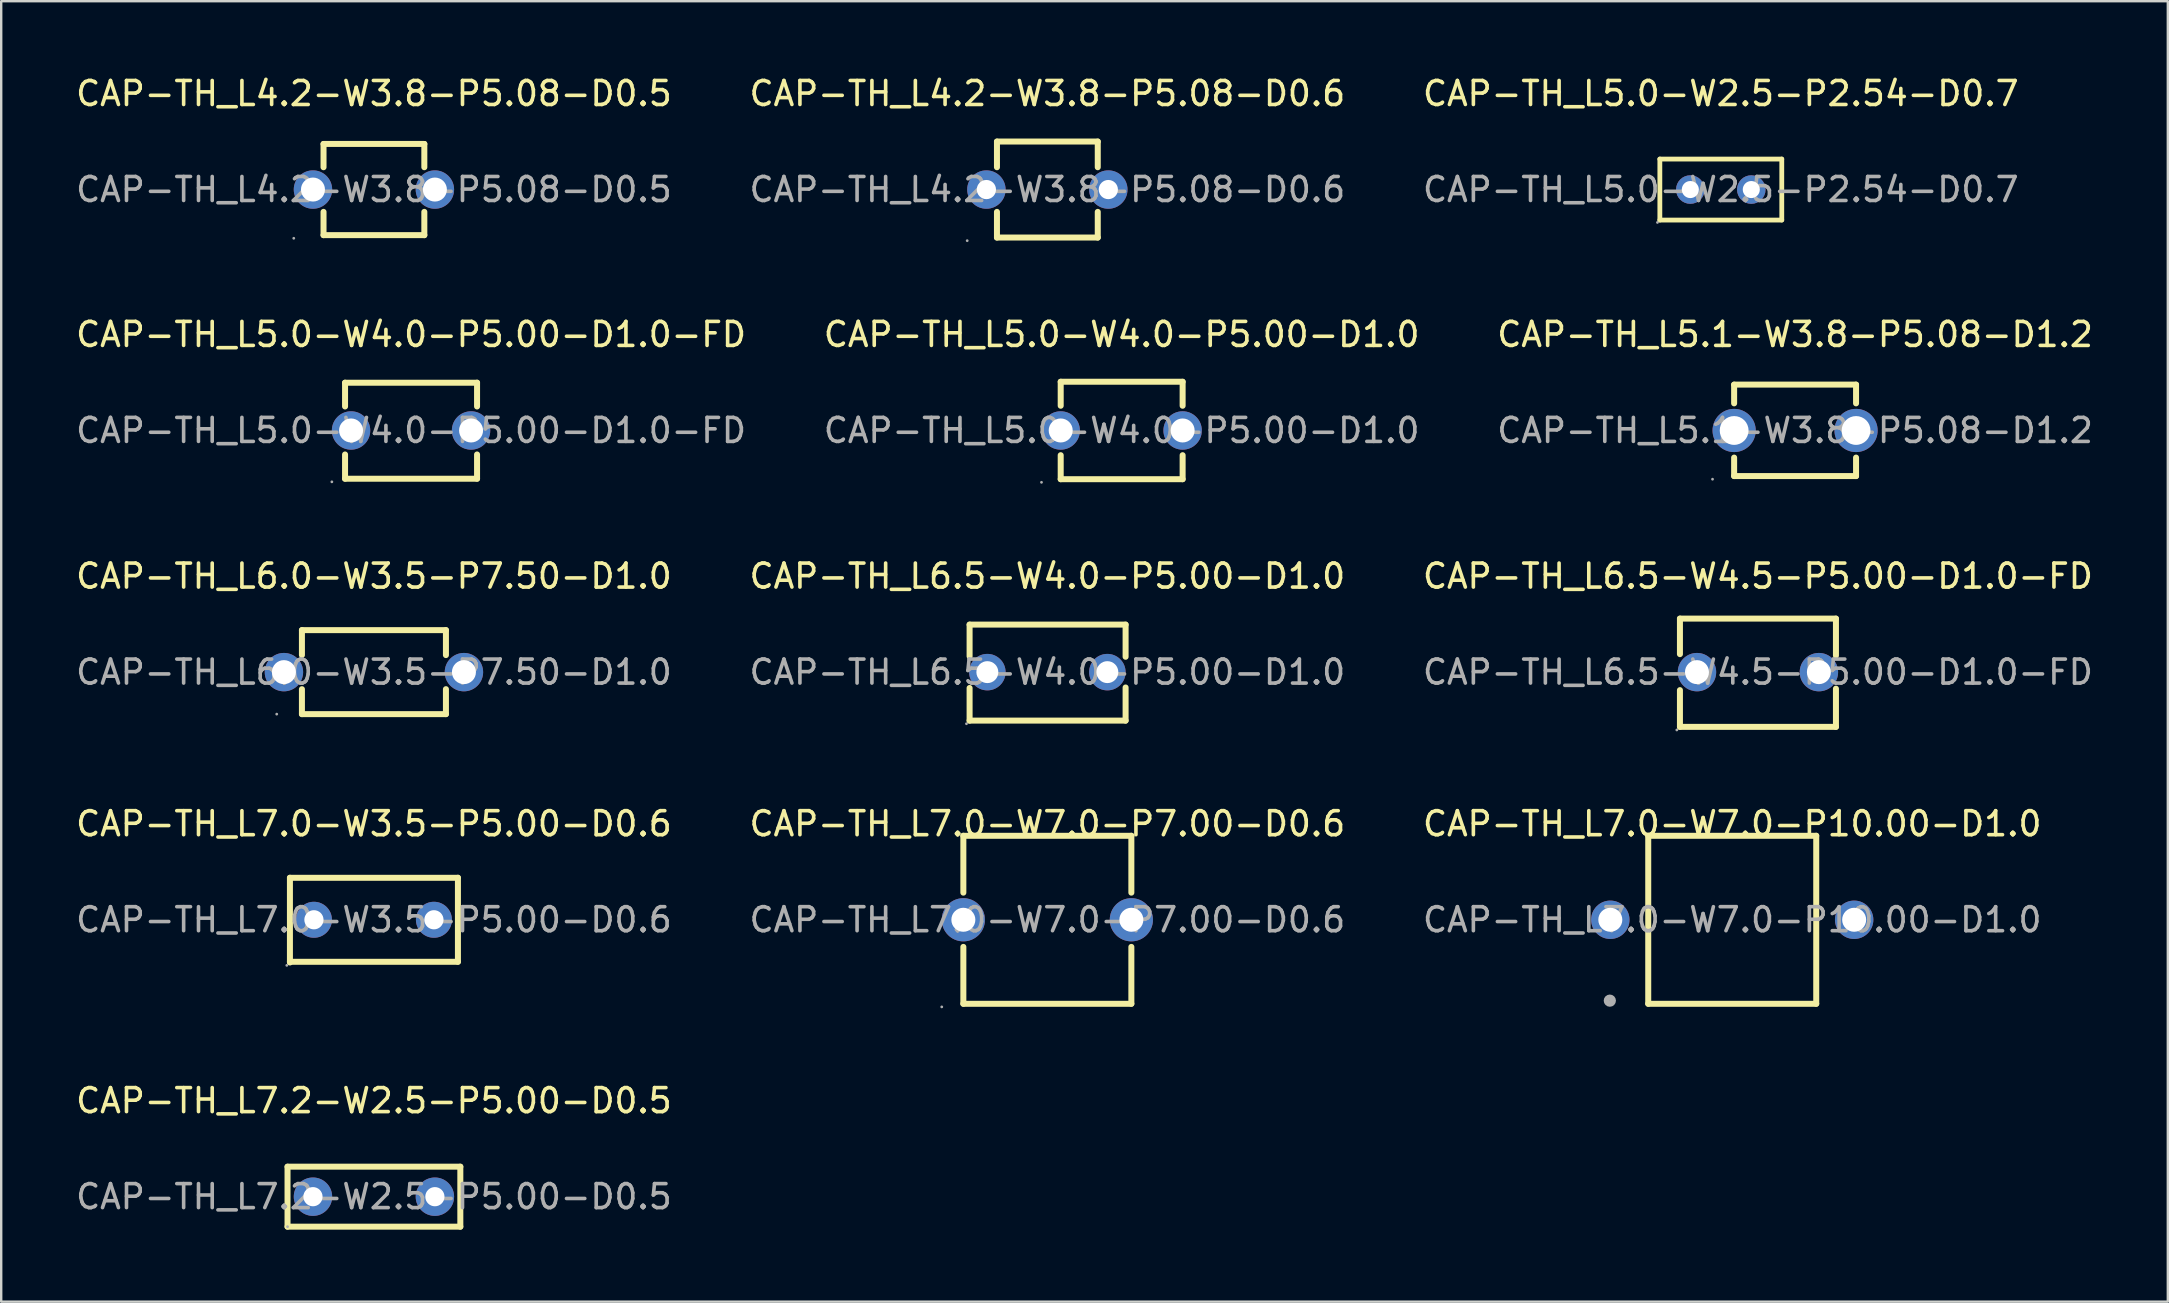
<source format=kicad_pcb>
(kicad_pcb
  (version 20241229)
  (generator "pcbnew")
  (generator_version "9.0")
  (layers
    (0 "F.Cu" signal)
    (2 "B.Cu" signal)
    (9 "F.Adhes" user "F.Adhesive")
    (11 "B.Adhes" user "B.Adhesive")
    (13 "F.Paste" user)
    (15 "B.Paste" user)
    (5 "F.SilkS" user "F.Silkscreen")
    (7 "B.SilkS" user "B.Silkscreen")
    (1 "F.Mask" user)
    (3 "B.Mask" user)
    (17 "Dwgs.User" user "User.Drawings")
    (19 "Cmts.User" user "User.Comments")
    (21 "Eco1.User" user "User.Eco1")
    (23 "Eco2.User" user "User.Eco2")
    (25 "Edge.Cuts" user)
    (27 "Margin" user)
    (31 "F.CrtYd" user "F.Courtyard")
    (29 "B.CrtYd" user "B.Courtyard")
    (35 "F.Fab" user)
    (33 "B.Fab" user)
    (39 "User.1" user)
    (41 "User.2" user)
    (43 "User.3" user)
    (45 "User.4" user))
  (footprint "CAP-TH_L5.0-W2.5-P2.54-D0.7"
    (layer "F.Cu")
    (at 68.649 4.848)
    (property "Reference" "CAP-TH_L5.0-W2.5-P2.54-D0.7" (at 0 -4 0) (layer "F.SilkS") (effects (font (size 1 1) (thickness 0.15))))
    (attr through_hole)
    (fp_line (start -2.54 -1.27) (end -2.54 1.27) (stroke (width 0.2) (type solid)) (layer "F.SilkS"))
    (fp_line (start -2.54 1.27) (end 2.54 1.27) (stroke (width 0.2) (type solid)) (layer "F.SilkS"))
    (fp_line (start 2.54 -1.27) (end -2.54 -1.27) (stroke (width 0.2) (type solid)) (layer "F.SilkS"))
    (fp_line (start 2.54 1.27) (end 2.54 -1.27) (stroke (width 0.2) (type solid)) (layer "F.SilkS"))
    (fp_circle (center -2.64 1.37) (end -2.61 1.37) (stroke (width 0.06) (type solid)) (fill no) (layer "F.Fab"))
    (fp_circle (center -1.27 0) (end -1.14 0) (stroke (width 0.26) (type solid)) (fill no) (layer "F.Fab"))
    (fp_circle (center 1.27 0) (end 1.4 0) (stroke (width 0.26) (type solid)) (fill no) (layer "F.Fab"))
    (fp_text user "${REFERENCE}" (at 0 0 0) (layer "F.Fab") (effects (font (size 1 1) (thickness 0.15))))
    (pad "1" thru_hole circle (at -1.27 0) (size 1.19 1.19) (drill 0.711) (layers "*.Cu" "*.Paste" "*.Mask"))
    (pad "2" thru_hole circle (at 1.27 0) (size 1.19 1.19) (drill 0.711) (layers "*.Cu" "*.Paste" "*.Mask")))
  (footprint "CAP-TH_L6.0-W3.5-P7.50-D1.0"
    (layer "F.Cu")
    (at 12.53 24.955)
    (property "Reference" "CAP-TH_L6.0-W3.5-P7.50-D1.0" (at 0 -4 0) (layer "F.SilkS") (effects (font (size 1 1) (thickness 0.15))))
    (attr through_hole)
    (fp_line (start -3 -1.75) (end -3 -0.71) (stroke (width 0.25) (type solid)) (layer "F.SilkS"))
    (fp_line (start -3 -1.75) (end 3 -1.75) (stroke (width 0.25) (type solid)) (layer "F.SilkS"))
    (fp_line (start -3 0.71) (end -3 1.75) (stroke (width 0.25) (type solid)) (layer "F.SilkS"))
    (fp_line (start 3 -1.75) (end 3 -0.71) (stroke (width 0.25) (type solid)) (layer "F.SilkS"))
    (fp_line (start 3 0.71) (end 3 1.75) (stroke (width 0.25) (type solid)) (layer "F.SilkS"))
    (fp_line (start 3 1.75) (end -3 1.75) (stroke (width 0.25) (type solid)) (layer "F.SilkS"))
    (fp_circle (center -4.05 1.75) (end -4.02 1.75) (stroke (width 0.06) (type solid)) (fill no) (layer "F.Fab"))
    (fp_circle (center -3.75 0) (end -3.6 0) (stroke (width 0.3) (type solid)) (fill no) (layer "F.Fab"))
    (fp_circle (center 3.75 0) (end 3.9 0) (stroke (width 0.3) (type solid)) (fill no) (layer "F.Fab"))
    (fp_text user "${REFERENCE}" (at 0 0 0) (layer "F.Fab") (effects (font (size 1 1) (thickness 0.15))))
    (pad "1" thru_hole circle (at -3.75 0) (size 1.6 1.6) (drill 1) (layers "*.Cu" "*.Paste" "*.Mask"))
    (pad "2" thru_hole circle (at 3.75 0) (size 1.6 1.6) (drill 1) (layers "*.Cu" "*.Paste" "*.Mask")))
  (footprint "CAP-TH_L7.2-W2.5-P5.00-D0.5"
    (layer "F.Cu")
    (at 12.53 46.811)
    (property "Reference" "CAP-TH_L7.2-W2.5-P5.00-D0.5" (at 0 -4 0) (layer "F.SilkS") (effects (font (size 1 1) (thickness 0.15))))
    (attr through_hole)
    (fp_line (start -3.6 -1.25) (end -3.6 1.25) (stroke (width 0.25) (type solid)) (layer "F.SilkS"))
    (fp_line (start -3.6 -1.25) (end 3.6 -1.25) (stroke (width 0.25) (type solid)) (layer "F.SilkS"))
    (fp_line (start 3.6 1.25) (end -3.6 1.25) (stroke (width 0.25) (type solid)) (layer "F.SilkS"))
    (fp_line (start 3.6 1.25) (end 3.6 -1.25) (stroke (width 0.25) (type solid)) (layer "F.SilkS"))
    (fp_circle (center -3.6 1.25) (end -3.57 1.25) (stroke (width 0.06) (type solid)) (fill no) (layer "F.Fab"))
    (fp_circle (center -2.54 0) (end -2.42 0) (stroke (width 0.25) (type solid)) (fill no) (layer "F.Fab"))
    (fp_circle (center 2.54 0) (end 2.66 0) (stroke (width 0.25) (type solid)) (fill no) (layer "F.Fab"))
    (fp_text user "${REFERENCE}" (at 0 0 0) (layer "F.Fab") (effects (font (size 1 1) (thickness 0.15))))
    (pad "1" thru_hole circle (at -2.54 0) (size 1.6 1.6) (drill 0.8) (layers "*.Cu" "*.Paste" "*.Mask"))
    (pad "2" thru_hole circle (at 2.54 0) (size 1.6 1.6) (drill 0.8) (layers "*.Cu" "*.Paste" "*.Mask")))
  (footprint "CAP-TH_L6.5-W4.0-P5.00-D1.0"
    (layer "F.Cu")
    (at 40.589 24.955)
    (property "Reference" "CAP-TH_L6.5-W4.0-P5.00-D1.0" (at 0 -4 0) (layer "F.SilkS") (effects (font (size 1 1) (thickness 0.15))))
    (attr through_hole)
    (fp_line (start -3.24 -1.98) (end -3.24 -0.66) (stroke (width 0.25) (type solid)) (layer "F.SilkS"))
    (fp_line (start -3.24 -1.98) (end 3.26 -1.98) (stroke (width 0.25) (type solid)) (layer "F.SilkS"))
    (fp_line (start -3.24 0.66) (end -3.24 2.02) (stroke (width 0.25) (type solid)) (layer "F.SilkS"))
    (fp_line (start 3.26 -1.98) (end 3.26 -0.64) (stroke (width 0.25) (type solid)) (layer "F.SilkS"))
    (fp_line (start 3.26 0.64) (end 3.26 2.02) (stroke (width 0.25) (type solid)) (layer "F.SilkS"))
    (fp_line (start 3.26 2.02) (end -3.24 2.02) (stroke (width 0.25) (type solid)) (layer "F.SilkS"))
    (fp_circle (center -3.37 2.15) (end -3.34 2.15) (stroke (width 0.06) (type solid)) (fill no) (layer "F.Fab"))
    (fp_circle (center -2.5 0) (end -2.32 0) (stroke (width 0.36) (type solid)) (fill no) (layer "F.Fab"))
    (fp_circle (center 2.5 0) (end 2.68 0) (stroke (width 0.36) (type solid)) (fill no) (layer "F.Fab"))
    (fp_text user "${REFERENCE}" (at 0 0 0) (layer "F.Fab") (effects (font (size 1 1) (thickness 0.15))))
    (pad "1" thru_hole circle (at -2.5 0) (size 1.52 1.52) (drill 0.914) (layers "*.Cu" "*.Paste" "*.Mask"))
    (pad "2" thru_hole circle (at 2.5 0) (size 1.52 1.52) (drill 0.914) (layers "*.Cu" "*.Paste" "*.Mask")))
  (footprint "CAP-TH_L5.1-W3.8-P5.08-D1.2"
    (layer "F.Cu")
    (at 71.744 14.886)
    (property "Reference" "CAP-TH_L5.1-W3.8-P5.08-D1.2" (at 0 -4 0) (layer "F.SilkS") (effects (font (size 1 1) (thickness 0.15))))
    (attr through_hole)
    (fp_line (start -2.54 -1.91) (end -2.54 -1.13) (stroke (width 0.25) (type solid)) (layer "F.SilkS"))
    (fp_line (start -2.54 -1.91) (end 2.54 -1.91) (stroke (width 0.25) (type solid)) (layer "F.SilkS"))
    (fp_line (start -2.54 1.13) (end -2.54 1.9) (stroke (width 0.25) (type solid)) (layer "F.SilkS"))
    (fp_line (start 2.54 -1.91) (end 2.54 -1.13) (stroke (width 0.25) (type solid)) (layer "F.SilkS"))
    (fp_line (start 2.54 1.13) (end 2.54 1.9) (stroke (width 0.25) (type solid)) (layer "F.SilkS"))
    (fp_line (start 2.54 1.9) (end -2.54 1.9) (stroke (width 0.25) (type solid)) (layer "F.SilkS"))
    (fp_circle (center -3.44 2.03) (end -3.41 2.03) (stroke (width 0.06) (type solid)) (fill no) (layer "F.Fab"))
    (fp_circle (center -2.54 0) (end -2.29 0) (stroke (width 0.5) (type solid)) (fill no) (layer "F.Fab"))
    (fp_circle (center 2.54 0) (end 2.79 0) (stroke (width 0.5) (type solid)) (fill no) (layer "F.Fab"))
    (fp_text user "${REFERENCE}" (at 0 0 0) (layer "F.Fab") (effects (font (size 1 1) (thickness 0.15))))
    (pad "1" thru_hole circle (at -2.54 0) (size 1.8 1.8) (drill 1.2) (layers "*.Cu" "*.Paste" "*.Mask"))
    (pad "2" thru_hole circle (at 2.54 0) (size 1.8 1.8) (drill 1.2) (layers "*.Cu" "*.Paste" "*.Mask")))
  (footprint "CAP-TH_L5.0-W4.0-P5.00-D1.0-FD"
    (layer "F.Cu")
    (at 14.077 14.886)
    (property "Reference" "CAP-TH_L5.0-W4.0-P5.00-D1.0-FD" (at 0 -4 0) (layer "F.SilkS") (effects (font (size 1 1) (thickness 0.15))))
    (attr through_hole)
    (fp_line (start -2.75 -1.99) (end 2.75 -1.99) (stroke (width 0.25) (type solid)) (layer "F.SilkS"))
    (fp_line (start -2.75 -1) (end -2.75 -1.99) (stroke (width 0.25) (type solid)) (layer "F.SilkS"))
    (fp_line (start -2.75 2.01) (end -2.75 1) (stroke (width 0.25) (type solid)) (layer "F.SilkS"))
    (fp_line (start 2.75 -1.99) (end 2.75 -1) (stroke (width 0.25) (type solid)) (layer "F.SilkS"))
    (fp_line (start 2.75 1) (end 2.75 2.01) (stroke (width 0.25) (type solid)) (layer "F.SilkS"))
    (fp_line (start 2.75 2.01) (end -2.75 2.01) (stroke (width 0.25) (type solid)) (layer "F.SilkS"))
    (fp_circle (center -3.3 2.14) (end -3.27 2.14) (stroke (width 0.06) (type solid)) (fill no) (layer "F.Fab"))
    (fp_circle (center -2.5 0) (end -2.3 0) (stroke (width 0.4) (type solid)) (fill no) (layer "F.Fab"))
    (fp_circle (center 2.5 0) (end 2.7 0) (stroke (width 0.4) (type solid)) (fill no) (layer "F.Fab"))
    (fp_text user "${REFERENCE}" (at 0 0 0) (layer "F.Fab") (effects (font (size 1 1) (thickness 0.15))))
    (pad "1" thru_hole circle (at -2.5 0) (size 1.6 1.6) (drill 1) (layers "*.Cu" "*.Paste" "*.Mask"))
    (pad "2" thru_hole circle (at 2.5 0) (size 1.6 1.6) (drill 1) (layers "*.Cu" "*.Paste" "*.Mask")))
  (footprint "CAP-TH_L7.0-W7.0-P10.00-D1.0"
    (layer "F.Cu")
    (at 69.125 35.273)
    (property "Reference" "CAP-TH_L7.0-W7.0-P10.00-D1.0" (at 0 -4 0) (layer "F.SilkS") (effects (font (size 1 1) (thickness 0.15))))
    (attr through_hole)
    (fp_line (start -3.5 -3.5) (end -3.5 3.5) (stroke (width 0.25) (type solid)) (layer "F.SilkS"))
    (fp_line (start -3.5 -3.5) (end 3.5 -3.5) (stroke (width 0.25) (type solid)) (layer "F.SilkS"))
    (fp_line (start 3.5 3.5) (end -3.5 3.5) (stroke (width 0.25) (type solid)) (layer "F.SilkS"))
    (fp_line (start 3.5 3.5) (end 3.5 -3.5) (stroke (width 0.25) (type solid)) (layer "F.SilkS"))
    (fp_circle (center -5.1 3.37) (end -4.97 3.37) (stroke (width 0.25) (type solid)) (fill no) (layer "F.Fab"))
    (fp_circle (center -5.08 0) (end -4.93 0) (stroke (width 0.3) (type solid)) (fill no) (layer "F.Fab"))
    (fp_circle (center 5.08 0) (end 5.23 0) (stroke (width 0.3) (type solid)) (fill no) (layer "F.Fab"))
    (fp_text user "${REFERENCE}" (at 0 0 0) (layer "F.Fab") (effects (font (size 1 1) (thickness 0.15))))
    (pad "1" thru_hole circle (at -5.08 0) (size 1.6 1.6) (drill 1) (layers "*.Cu" "*.Paste" "*.Mask"))
    (pad "2" thru_hole circle (at 5.08 0) (size 1.6 1.6) (drill 1) (layers "*.Cu" "*.Paste" "*.Mask")))
  (footprint "CAP-TH_L7.0-W7.0-P7.00-D0.6"
    (layer "F.Cu")
    (at 40.589 35.273)
    (property "Reference" "CAP-TH_L7.0-W7.0-P7.00-D0.6" (at 0 -4 0) (layer "F.SilkS") (effects (font (size 1 1) (thickness 0.15))))
    (attr through_hole)
    (fp_line (start -3.5 -3.5) (end -3.5 -1.13) (stroke (width 0.25) (type solid)) (layer "F.SilkS"))
    (fp_line (start -3.5 -3.5) (end 3.5 -3.5) (stroke (width 0.25) (type solid)) (layer "F.SilkS"))
    (fp_line (start -3.5 1.13) (end -3.5 3.5) (stroke (width 0.25) (type solid)) (layer "F.SilkS"))
    (fp_line (start 3.5 -1.13) (end 3.5 -3.5) (stroke (width 0.25) (type solid)) (layer "F.SilkS"))
    (fp_line (start 3.5 3.5) (end -3.5 3.5) (stroke (width 0.25) (type solid)) (layer "F.SilkS"))
    (fp_line (start 3.5 3.5) (end 3.5 1.13) (stroke (width 0.25) (type solid)) (layer "F.SilkS"))
    (fp_circle (center -4.4 3.63) (end -4.37 3.63) (stroke (width 0.06) (type solid)) (fill no) (layer "F.Fab"))
    (fp_circle (center -3.5 0) (end -3.3 0) (stroke (width 0.4) (type solid)) (fill no) (layer "F.Fab"))
    (fp_circle (center 3.5 0) (end 3.7 0) (stroke (width 0.4) (type solid)) (fill no) (layer "F.Fab"))
    (fp_text user "${REFERENCE}" (at 0 0 0) (layer "F.Fab") (effects (font (size 1 1) (thickness 0.15))))
    (pad "1" thru_hole circle (at -3.5 0) (size 1.8 1.8) (drill 1) (layers "*.Cu" "*.Paste" "*.Mask"))
    (pad "2" thru_hole circle (at 3.5 0) (size 1.8 1.8) (drill 1) (layers "*.Cu" "*.Paste" "*.Mask")))
  (footprint "CAP-TH_L4.2-W3.8-P5.08-D0.5"
    (layer "F.Cu")
    (at 12.53 4.848)
    (property "Reference" "CAP-TH_L4.2-W3.8-P5.08-D0.5" (at 0 -4 0) (layer "F.SilkS") (effects (font (size 1 1) (thickness 0.15))))
    (attr through_hole)
    (fp_line (start -2.1 -1.9) (end -2.1 -0.93) (stroke (width 0.25) (type solid)) (layer "F.SilkS"))
    (fp_line (start -2.1 -1.9) (end 2.1 -1.9) (stroke (width 0.25) (type solid)) (layer "F.SilkS"))
    (fp_line (start -2.1 0.93) (end -2.1 1.9) (stroke (width 0.25) (type solid)) (layer "F.SilkS"))
    (fp_line (start -2.1 1.9) (end 2.1 1.9) (stroke (width 0.25) (type solid)) (layer "F.SilkS"))
    (fp_line (start 2.1 -1.9) (end 2.1 -0.93) (stroke (width 0.25) (type solid)) (layer "F.SilkS"))
    (fp_line (start 2.1 0.93) (end 2.1 1.9) (stroke (width 0.25) (type solid)) (layer "F.SilkS"))
    (fp_circle (center -3.34 2.03) (end -3.31 2.03) (stroke (width 0.06) (type solid)) (fill no) (layer "F.Fab"))
    (fp_circle (center -2.54 0) (end -2.34 0) (stroke (width 0.4) (type solid)) (fill no) (layer "F.Fab"))
    (fp_circle (center 2.54 0) (end 2.74 0) (stroke (width 0.4) (type solid)) (fill no) (layer "F.Fab"))
    (fp_text user "${REFERENCE}" (at 0 0 0) (layer "F.Fab") (effects (font (size 1 1) (thickness 0.15))))
    (pad "1" thru_hole circle (at -2.54 0) (size 1.6 1.6) (drill 1) (layers "*.Cu" "*.Paste" "*.Mask"))
    (pad "2" thru_hole circle (at 2.54 0) (size 1.6 1.6) (drill 1) (layers "*.Cu" "*.Paste" "*.Mask")))
  (footprint "CAP-TH_L7.0-W3.5-P5.00-D0.6"
    (layer "F.Cu")
    (at 12.53 35.273)
    (property "Reference" "CAP-TH_L7.0-W3.5-P5.00-D0.6" (at 0 -4 0) (layer "F.SilkS") (effects (font (size 1 1) (thickness 0.15))))
    (attr through_hole)
    (fp_line (start -3.5 -1.75) (end -3.5 1.78) (stroke (width 0.25) (type solid)) (layer "F.SilkS"))
    (fp_line (start -3.5 -1.75) (end 3.5 -1.75) (stroke (width 0.25) (type solid)) (layer "F.SilkS"))
    (fp_line (start 3.5 -1.75) (end 3.5 1.75) (stroke (width 0.25) (type solid)) (layer "F.SilkS"))
    (fp_line (start 3.5 1.75) (end -3.5 1.75) (stroke (width 0.25) (type solid)) (layer "F.SilkS"))
    (fp_circle (center -3.63 1.9) (end -3.6 1.9) (stroke (width 0.06) (type solid)) (fill no) (layer "F.Fab"))
    (fp_circle (center -2.5 0) (end -2.35 0) (stroke (width 0.3) (type solid)) (fill no) (layer "F.Fab"))
    (fp_circle (center 2.5 0) (end 2.65 0) (stroke (width 0.3) (type solid)) (fill no) (layer "F.Fab"))
    (fp_text user "${REFERENCE}" (at 0 0 0) (layer "F.Fab") (effects (font (size 1 1) (thickness 0.15))))
    (pad "1" thru_hole circle (at -2.5 0) (size 1.5 1.5) (drill 0.8) (layers "*.Cu" "*.Paste" "*.Mask"))
    (pad "2" thru_hole circle (at 2.5 0) (size 1.5 1.5) (drill 0.8) (layers "*.Cu" "*.Paste" "*.Mask")))
  (footprint "CAP-TH_L4.2-W3.8-P5.08-D0.6"
    (layer "F.Cu")
    (at 40.589 4.848)
    (property "Reference" "CAP-TH_L4.2-W3.8-P5.08-D0.6" (at 0 -4 0) (layer "F.SilkS") (effects (font (size 1 1) (thickness 0.15))))
    (attr through_hole)
    (fp_line (start -2.1 -2) (end -2.1 -0.93) (stroke (width 0.25) (type solid)) (layer "F.SilkS"))
    (fp_line (start -2.1 -2) (end 2.1 -2) (stroke (width 0.25) (type solid)) (layer "F.SilkS"))
    (fp_line (start -2.1 0.93) (end -2.1 2) (stroke (width 0.25) (type solid)) (layer "F.SilkS"))
    (fp_line (start -2.1 2) (end 2.1 2) (stroke (width 0.25) (type solid)) (layer "F.SilkS"))
    (fp_line (start 2.1 -2) (end 2.1 -0.93) (stroke (width 0.25) (type solid)) (layer "F.SilkS"))
    (fp_line (start 2.1 0.93) (end 2.1 2) (stroke (width 0.25) (type solid)) (layer "F.SilkS"))
    (fp_circle (center -3.34 2.13) (end -3.31 2.13) (stroke (width 0.06) (type solid)) (fill no) (layer "F.Fab"))
    (fp_circle (center -2.54 0) (end -2.39 0) (stroke (width 0.3) (type solid)) (fill no) (layer "F.Fab"))
    (fp_circle (center 2.54 0) (end 2.69 0) (stroke (width 0.3) (type solid)) (fill no) (layer "F.Fab"))
    (fp_text user "${REFERENCE}" (at 0 0 0) (layer "F.Fab") (effects (font (size 1 1) (thickness 0.15))))
    (pad "1" thru_hole circle (at -2.54 0) (size 1.6 1.6) (drill 0.8) (layers "*.Cu" "*.Paste" "*.Mask"))
    (pad "2" thru_hole circle (at 2.54 0) (size 1.6 1.6) (drill 0.8) (layers "*.Cu" "*.Paste" "*.Mask")))
  (footprint "CAP-TH_L5.0-W4.0-P5.00-D1.0"
    (layer "F.Cu")
    (at 43.685 14.886)
    (property "Reference" "CAP-TH_L5.0-W4.0-P5.00-D1.0" (at 0 -4 0) (layer "F.SilkS") (effects (font (size 1 1) (thickness 0.15))))
    (attr through_hole)
    (fp_line (start -2.54 -2.03) (end -2.54 -1.03) (stroke (width 0.25) (type solid)) (layer "F.SilkS"))
    (fp_line (start -2.54 -2.03) (end 2.54 -2.03) (stroke (width 0.25) (type solid)) (layer "F.SilkS"))
    (fp_line (start -2.54 1.03) (end -2.54 2.03) (stroke (width 0.25) (type solid)) (layer "F.SilkS"))
    (fp_line (start -2.54 2.03) (end 2.54 2.03) (stroke (width 0.25) (type solid)) (layer "F.SilkS"))
    (fp_line (start 2.54 -2.03) (end 2.54 -1.03) (stroke (width 0.25) (type solid)) (layer "F.SilkS"))
    (fp_line (start 2.54 1.03) (end 2.54 2.03) (stroke (width 0.25) (type solid)) (layer "F.SilkS"))
    (fp_circle (center -3.34 2.16) (end -3.31 2.16) (stroke (width 0.06) (type solid)) (fill no) (layer "F.Fab"))
    (fp_circle (center -2.54 0) (end -2.34 0) (stroke (width 0.4) (type solid)) (fill no) (layer "F.Fab"))
    (fp_circle (center 2.54 0) (end 2.74 0) (stroke (width 0.4) (type solid)) (fill no) (layer "F.Fab"))
    (fp_text user "${REFERENCE}" (at 0 0 0) (layer "F.Fab") (effects (font (size 1 1) (thickness 0.15))))
    (pad "1" thru_hole circle (at -2.54 0) (size 1.6 1.6) (drill 1) (layers "*.Cu" "*.Paste" "*.Mask"))
    (pad "2" thru_hole circle (at 2.54 0) (size 1.6 1.6) (drill 1) (layers "*.Cu" "*.Paste" "*.Mask")))
  (footprint "CAP-TH_L6.5-W4.5-P5.00-D1.0-FD"
    (layer "F.Cu")
    (at 70.196 24.955)
    (property "Reference" "CAP-TH_L6.5-W4.5-P5.00-D1.0-FD" (at 0 -4 0) (layer "F.SilkS") (effects (font (size 1 1) (thickness 0.15))))
    (attr through_hole)
    (fp_line (start -3.25 -2.23) (end -3.25 -0.75) (stroke (width 0.25) (type solid)) (layer "F.SilkS"))
    (fp_line (start -3.25 -2.23) (end 3.25 -2.23) (stroke (width 0.25) (type solid)) (layer "F.SilkS"))
    (fp_line (start -3.25 0.75) (end -3.25 2.28) (stroke (width 0.25) (type solid)) (layer "F.SilkS"))
    (fp_line (start 3.25 -2.23) (end 3.25 -0.69) (stroke (width 0.25) (type solid)) (layer "F.SilkS"))
    (fp_line (start 3.25 0.69) (end 3.25 2.28) (stroke (width 0.25) (type solid)) (layer "F.SilkS"))
    (fp_line (start 3.25 2.28) (end -3.25 2.28) (stroke (width 0.25) (type solid)) (layer "F.SilkS"))
    (fp_circle (center -3.38 2.41) (end -3.35 2.41) (stroke (width 0.06) (type solid)) (fill no) (layer "F.Fab"))
    (fp_circle (center -2.54 0) (end -2.34 0) (stroke (width 0.4) (type solid)) (fill no) (layer "F.Fab"))
    (fp_circle (center 2.54 0) (end 2.74 0) (stroke (width 0.4) (type solid)) (fill no) (layer "F.Fab"))
    (fp_text user "${REFERENCE}" (at 0 0 0) (layer "F.Fab") (effects (font (size 1 1) (thickness 0.15))))
    (pad "1" thru_hole circle (at -2.54 0) (size 1.6 1.6) (drill 1) (layers "*.Cu" "*.Paste" "*.Mask"))
    (pad "2" thru_hole circle (at 2.54 0) (size 1.6 1.6) (drill 1) (layers "*.Cu" "*.Paste" "*.Mask")))
  (gr_rect
    (start -3 -3)
    (end 87.274 51.186)
    (stroke (width 0.1) (type default))
    (fill no)
    (layer "Edge.Cuts")))
</source>
